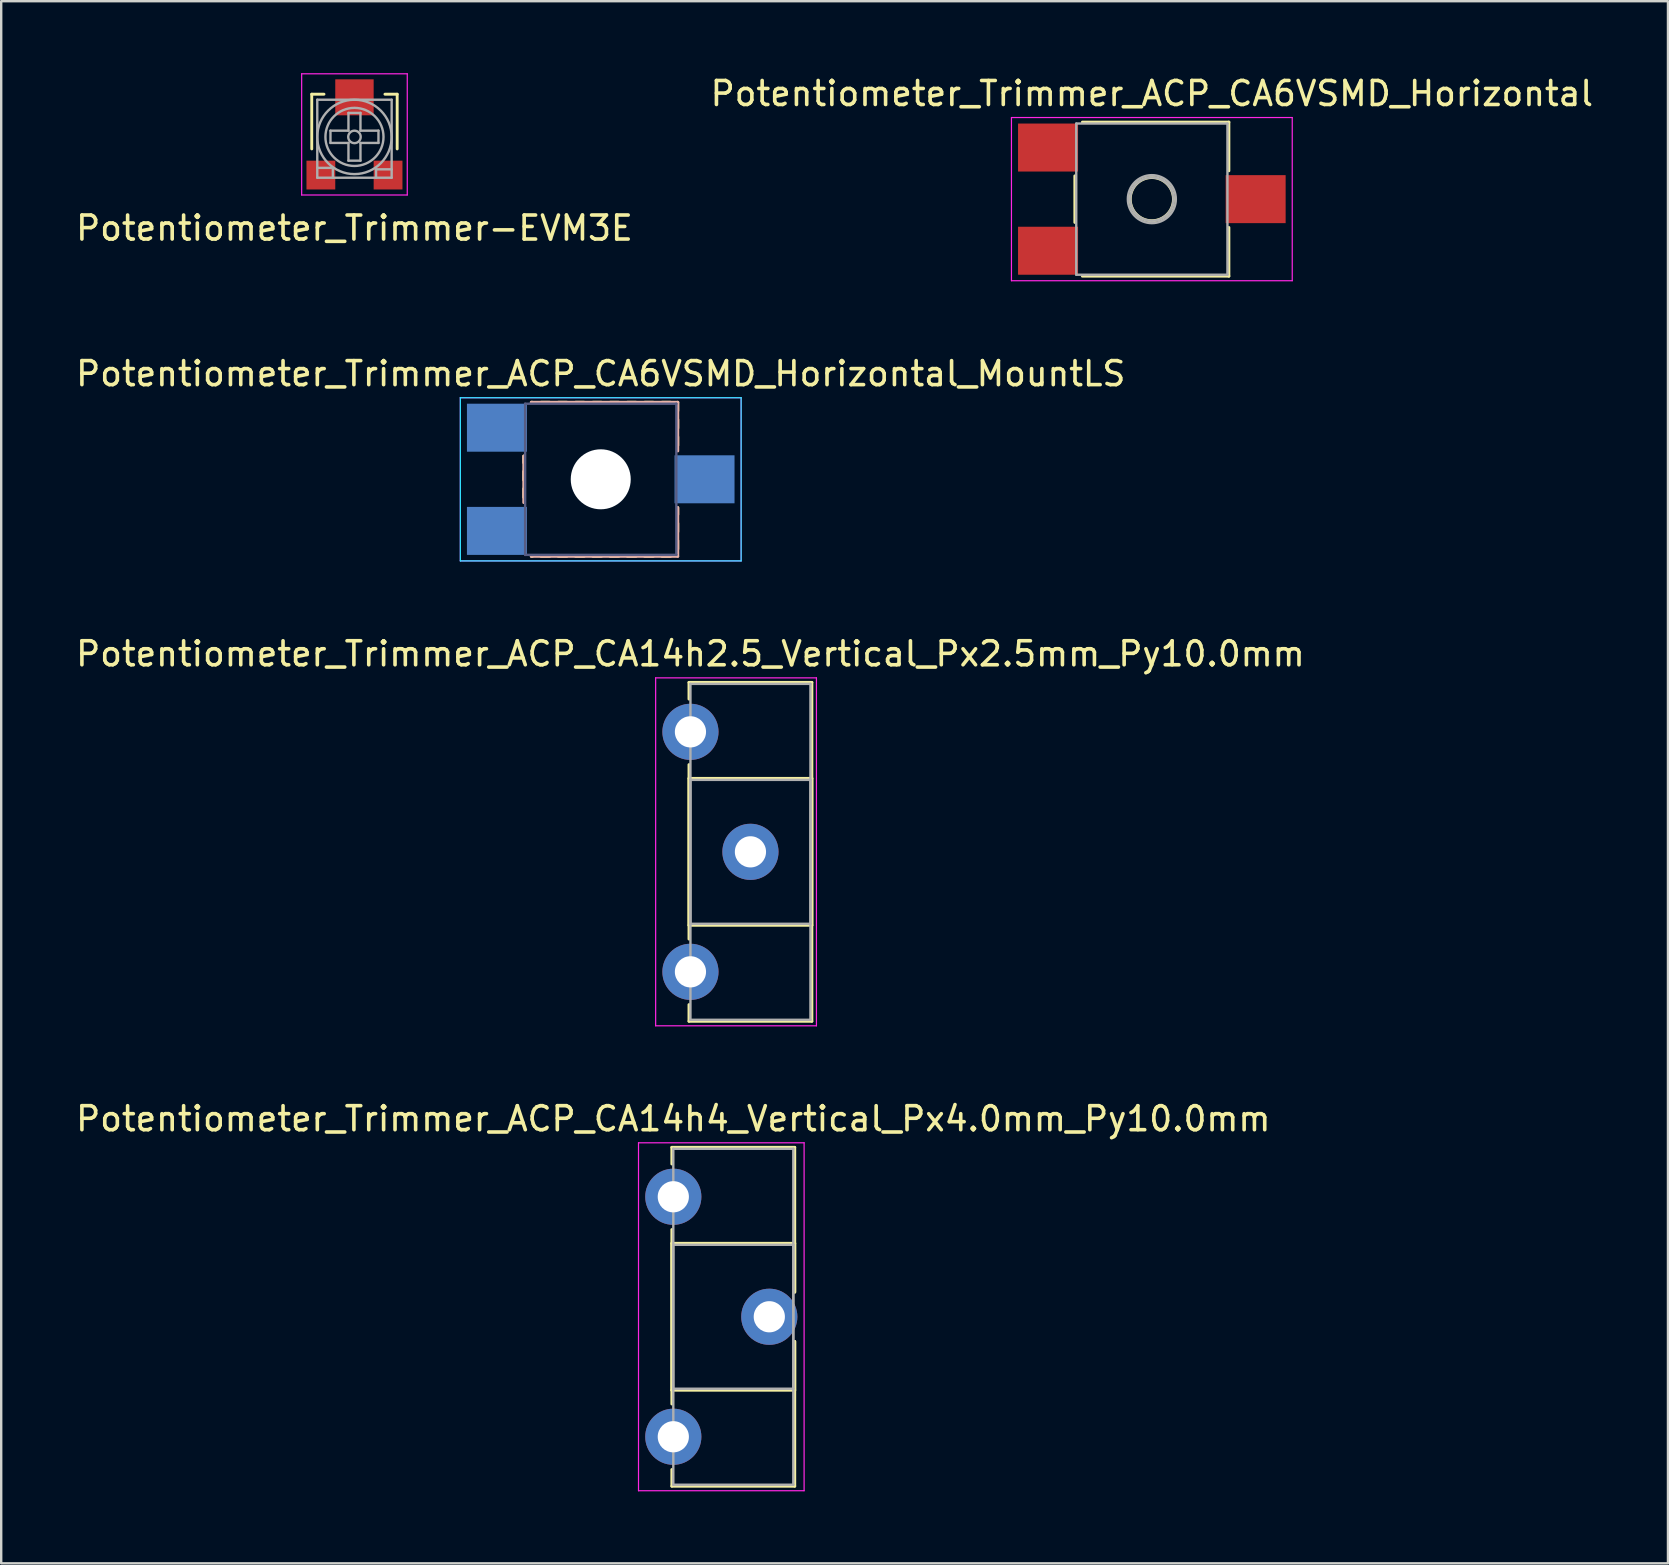
<source format=kicad_pcb>
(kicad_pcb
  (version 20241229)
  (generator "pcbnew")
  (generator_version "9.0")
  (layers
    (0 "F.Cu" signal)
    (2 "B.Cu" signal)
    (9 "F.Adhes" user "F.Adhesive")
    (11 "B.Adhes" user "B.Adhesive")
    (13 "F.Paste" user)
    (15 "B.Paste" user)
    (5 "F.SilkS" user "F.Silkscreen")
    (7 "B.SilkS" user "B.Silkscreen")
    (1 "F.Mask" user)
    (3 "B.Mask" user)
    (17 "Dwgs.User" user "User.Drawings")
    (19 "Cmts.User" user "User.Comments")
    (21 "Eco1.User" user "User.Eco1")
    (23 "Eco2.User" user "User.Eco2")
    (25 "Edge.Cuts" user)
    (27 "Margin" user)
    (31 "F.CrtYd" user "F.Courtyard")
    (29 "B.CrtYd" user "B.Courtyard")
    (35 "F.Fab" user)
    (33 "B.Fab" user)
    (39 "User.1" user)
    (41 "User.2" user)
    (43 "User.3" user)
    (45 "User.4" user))
  (footprint "Potentiometer_Trimmer_ACP_CA6VSMD_Horizontal_MountLS"
    (layer "F.Cu")
    (at 21.982 16.922)
    (property "Reference" "Potentiometer_Trimmer_ACP_CA6VSMD_Horizontal_MountLS" (at 0 -4.4 0) (layer "F.SilkS") (effects (font (size 1 1) (thickness 0.15))))
    (attr smd)
    (fp_line (start -3.209 -0.969) (end -3.209 -0.69) (stroke (width 0.12) (type solid)) (layer "F.SilkS"))
    (fp_line (start -3.209 -0.33) (end -3.209 0.03) (stroke (width 0.12) (type solid)) (layer "F.SilkS"))
    (fp_line (start -3.209 0.39) (end -3.209 0.75) (stroke (width 0.12) (type solid)) (layer "F.SilkS"))
    (fp_line (start -2.894 -3.21) (end -2.85 -3.21) (stroke (width 0.12) (type solid)) (layer "F.SilkS"))
    (fp_line (start -2.894 3.21) (end -2.85 3.21) (stroke (width 0.12) (type solid)) (layer "F.SilkS"))
    (fp_line (start -2.489 -3.21) (end -2.129 -3.21) (stroke (width 0.12) (type solid)) (layer "F.SilkS"))
    (fp_line (start -2.489 3.21) (end -2.129 3.21) (stroke (width 0.12) (type solid)) (layer "F.SilkS"))
    (fp_line (start -1.77 -3.21) (end -1.41 -3.21) (stroke (width 0.12) (type solid)) (layer "F.SilkS"))
    (fp_line (start -1.77 3.21) (end -1.41 3.21) (stroke (width 0.12) (type solid)) (layer "F.SilkS"))
    (fp_line (start -1.049 -3.21) (end -0.69 -3.21) (stroke (width 0.12) (type solid)) (layer "F.SilkS"))
    (fp_line (start -1.049 3.21) (end -0.69 3.21) (stroke (width 0.12) (type solid)) (layer "F.SilkS"))
    (fp_line (start -0.33 -3.21) (end 0.03 -3.21) (stroke (width 0.12) (type solid)) (layer "F.SilkS"))
    (fp_line (start -0.33 3.21) (end 0.03 3.21) (stroke (width 0.12) (type solid)) (layer "F.SilkS"))
    (fp_line (start 0.39 -3.21) (end 0.75 -3.21) (stroke (width 0.12) (type solid)) (layer "F.SilkS"))
    (fp_line (start 0.39 3.21) (end 0.75 3.21) (stroke (width 0.12) (type solid)) (layer "F.SilkS"))
    (fp_line (start 1.11 -3.21) (end 1.47 -3.21) (stroke (width 0.12) (type solid)) (layer "F.SilkS"))
    (fp_line (start 1.11 3.21) (end 1.47 3.21) (stroke (width 0.12) (type solid)) (layer "F.SilkS"))
    (fp_line (start 1.83 -3.21) (end 2.19 -3.21) (stroke (width 0.12) (type solid)) (layer "F.SilkS"))
    (fp_line (start 1.83 3.21) (end 2.19 3.21) (stroke (width 0.12) (type solid)) (layer "F.SilkS"))
    (fp_line (start 2.55 -3.21) (end 2.91 -3.21) (stroke (width 0.12) (type solid)) (layer "F.SilkS"))
    (fp_line (start 2.55 3.21) (end 2.91 3.21) (stroke (width 0.12) (type solid)) (layer "F.SilkS"))
    (fp_line (start 3.21 -3.21) (end 3.21 -2.85) (stroke (width 0.12) (type solid)) (layer "F.SilkS"))
    (fp_line (start 3.21 -2.491) (end 3.21 -2.13) (stroke (width 0.12) (type solid)) (layer "F.SilkS"))
    (fp_line (start 3.21 -1.77) (end 3.21 -1.41) (stroke (width 0.12) (type solid)) (layer "F.SilkS"))
    (fp_line (start 3.21 1.18) (end 3.21 1.47) (stroke (width 0.12) (type solid)) (layer "F.SilkS"))
    (fp_line (start 3.21 1.83) (end 3.21 2.19) (stroke (width 0.12) (type solid)) (layer "F.SilkS"))
    (fp_line (start 3.21 2.55) (end 3.21 2.91) (stroke (width 0.12) (type solid)) (layer "F.SilkS"))
    (fp_line (start -3.209 -0.969) (end -3.209 0.97) (stroke (width 0.12) (type solid)) (layer "B.SilkS"))
    (fp_line (start -2.894 -3.21) (end 3.21 -3.21) (stroke (width 0.12) (type solid)) (layer "B.SilkS"))
    (fp_line (start -2.894 3.21) (end 3.21 3.21) (stroke (width 0.12) (type solid)) (layer "B.SilkS"))
    (fp_line (start 3.21 -3.21) (end 3.21 -1.18) (stroke (width 0.12) (type solid)) (layer "B.SilkS"))
    (fp_line (start 3.21 1.18) (end 3.21 3.21) (stroke (width 0.12) (type solid)) (layer "B.SilkS"))
    (fp_line (start -5.85 -3.4) (end -5.85 3.4) (stroke (width 0.05) (type solid)) (layer "B.CrtYd"))
    (fp_line (start -5.85 3.4) (end 5.85 3.4) (stroke (width 0.05) (type solid)) (layer "B.CrtYd"))
    (fp_line (start 5.85 -3.4) (end -5.85 -3.4) (stroke (width 0.05) (type solid)) (layer "B.CrtYd"))
    (fp_line (start 5.85 3.4) (end 5.85 -3.4) (stroke (width 0.05) (type solid)) (layer "B.CrtYd"))
    (fp_line (start -5.85 -3.4) (end -5.85 3.4) (stroke (width 0.05) (type solid)) (layer "F.CrtYd"))
    (fp_line (start -5.85 3.4) (end 5.85 3.4) (stroke (width 0.05) (type solid)) (layer "F.CrtYd"))
    (fp_line (start 5.85 -3.4) (end -5.85 -3.4) (stroke (width 0.05) (type solid)) (layer "F.CrtYd"))
    (fp_line (start 5.85 3.4) (end 5.85 -3.4) (stroke (width 0.05) (type solid)) (layer "F.CrtYd"))
    (fp_line (start -3.15 -3.15) (end -3.15 3.15) (stroke (width 0.1) (type solid)) (layer "B.Fab"))
    (fp_line (start -3.15 3.15) (end 3.15 3.15) (stroke (width 0.1) (type solid)) (layer "B.Fab"))
    (fp_line (start 3.15 -3.15) (end -3.15 -3.15) (stroke (width 0.1) (type solid)) (layer "B.Fab"))
    (fp_line (start 3.15 3.15) (end 3.15 -3.15) (stroke (width 0.1) (type solid)) (layer "B.Fab"))
    (fp_circle (center 0 0) (end 0.9 0) (stroke (width 0.1) (type solid)) (fill no) (layer "B.Fab"))
    (fp_circle (center 0 0) (end 1 0) (stroke (width 0.1) (type solid)) (fill no) (layer "B.Fab"))
    (pad "" np_thru_hole circle (at 0 0) (size 2.5 2.5) (drill 2.5) (layers "*.Cu" "*.Mask"))
    (pad "1" smd rect (at -4.325 2.15) (size 2.5 2) (layers "B.Cu" "B.Mask"))
    (pad "2" smd rect (at 4.325 0) (size 2.5 2) (layers "B.Cu" "B.Mask"))
    (pad "3" smd rect (at -4.325 -2.15) (size 2.5 2) (layers "B.Cu" "B.Mask")))
  (footprint "Potentiometer_Trimmer_ACP_CA6VSMD_Horizontal"
    (layer "F.Cu")
    (at 44.946 5.248)
    (property "Reference" "Potentiometer_Trimmer_ACP_CA6VSMD_Horizontal" (at 0 -4.4 0) (layer "F.SilkS") (effects (font (size 1 1) (thickness 0.15))))
    (attr smd)
    (fp_line (start -3.209 -0.969) (end -3.209 0.97) (stroke (width 0.12) (type solid)) (layer "F.SilkS"))
    (fp_line (start -2.894 -3.21) (end 3.21 -3.21) (stroke (width 0.12) (type solid)) (layer "F.SilkS"))
    (fp_line (start -2.894 3.21) (end 3.21 3.21) (stroke (width 0.12) (type solid)) (layer "F.SilkS"))
    (fp_line (start 3.21 -3.21) (end 3.21 -1.18) (stroke (width 0.12) (type solid)) (layer "F.SilkS"))
    (fp_line (start 3.21 1.18) (end 3.21 3.21) (stroke (width 0.12) (type solid)) (layer "F.SilkS"))
    (fp_circle (center 0 0) (end 0.9 0) (stroke (width 0.12) (type solid)) (fill no) (layer "F.SilkS"))
    (fp_line (start -5.85 -3.4) (end -5.85 3.4) (stroke (width 0.05) (type solid)) (layer "F.CrtYd"))
    (fp_line (start -5.85 3.4) (end 5.85 3.4) (stroke (width 0.05) (type solid)) (layer "F.CrtYd"))
    (fp_line (start 5.85 -3.4) (end -5.85 -3.4) (stroke (width 0.05) (type solid)) (layer "F.CrtYd"))
    (fp_line (start 5.85 3.4) (end 5.85 -3.4) (stroke (width 0.05) (type solid)) (layer "F.CrtYd"))
    (fp_line (start -3.15 -3.15) (end -3.15 3.15) (stroke (width 0.1) (type solid)) (layer "F.Fab"))
    (fp_line (start -3.15 3.15) (end 3.15 3.15) (stroke (width 0.1) (type solid)) (layer "F.Fab"))
    (fp_line (start 3.15 -3.15) (end -3.15 -3.15) (stroke (width 0.1) (type solid)) (layer "F.Fab"))
    (fp_line (start 3.15 3.15) (end 3.15 -3.15) (stroke (width 0.1) (type solid)) (layer "F.Fab"))
    (fp_circle (center 0 0) (end 0.9 0) (stroke (width 0.1) (type solid)) (fill no) (layer "F.Fab"))
    (fp_circle (center 0 0) (end 1 0) (stroke (width 0.1) (type solid)) (fill no) (layer "F.Fab"))
    (pad "1" smd rect (at -4.325 2.15) (size 2.5 2) (layers "F.Cu" "F.Mask"))
    (pad "2" smd rect (at 4.325 0) (size 2.5 2) (layers "F.Cu" "F.Mask"))
    (pad "3" smd rect (at -4.325 -2.15) (size 2.5 2) (layers "F.Cu" "F.Mask")))
  (footprint "Potentiometer_Trimmer_ACP_CA14h2.5_Vertical_Px2.5mm_Py10.0mm"
    (layer "F.Cu")
    (at 25.72 27.445)
    (property "Reference" "Potentiometer_Trimmer_ACP_CA14h2.5_Vertical_Px2.5mm_Py10.0mm" (at 0 -3.25 0) (layer "F.SilkS") (effects (font (size 1 1) (thickness 0.15))))
    (attr through_hole)
    (fp_line (start -0.061 -2.06) (end -0.061 -1.365) (stroke (width 0.12) (type solid)) (layer "F.SilkS"))
    (fp_line (start -0.061 -2.06) (end 5.06 -2.06) (stroke (width 0.12) (type solid)) (layer "F.SilkS"))
    (fp_line (start -0.061 1.365) (end -0.061 8.635) (stroke (width 0.12) (type solid)) (layer "F.SilkS"))
    (fp_line (start -0.061 1.94) (end -0.061 8.06) (stroke (width 0.12) (type solid)) (layer "F.SilkS"))
    (fp_line (start -0.061 1.94) (end 5.06 1.94) (stroke (width 0.12) (type solid)) (layer "F.SilkS"))
    (fp_line (start -0.061 8.06) (end 5.06 8.06) (stroke (width 0.12) (type solid)) (layer "F.SilkS"))
    (fp_line (start -0.061 11.365) (end -0.061 12.06) (stroke (width 0.12) (type solid)) (layer "F.SilkS"))
    (fp_line (start -0.061 12.06) (end 5.06 12.06) (stroke (width 0.12) (type solid)) (layer "F.SilkS"))
    (fp_line (start 5.06 -2.06) (end 5.06 12.06) (stroke (width 0.12) (type solid)) (layer "F.SilkS"))
    (fp_line (start 5.06 1.94) (end 5.06 8.06) (stroke (width 0.12) (type solid)) (layer "F.SilkS"))
    (fp_line (start -1.45 -2.25) (end -1.45 12.25) (stroke (width 0.05) (type solid)) (layer "F.CrtYd"))
    (fp_line (start -1.45 12.25) (end 5.25 12.25) (stroke (width 0.05) (type solid)) (layer "F.CrtYd"))
    (fp_line (start 5.25 -2.25) (end -1.45 -2.25) (stroke (width 0.05) (type solid)) (layer "F.CrtYd"))
    (fp_line (start 5.25 12.25) (end 5.25 -2.25) (stroke (width 0.05) (type solid)) (layer "F.CrtYd"))
    (fp_line (start 0 -2) (end 5 -2) (stroke (width 0.1) (type solid)) (layer "F.Fab"))
    (fp_line (start 0 2) (end 0 8) (stroke (width 0.1) (type solid)) (layer "F.Fab"))
    (fp_line (start 0 8) (end 5 8) (stroke (width 0.1) (type solid)) (layer "F.Fab"))
    (fp_line (start 0 12) (end 0 -2) (stroke (width 0.1) (type solid)) (layer "F.Fab"))
    (fp_line (start 5 -2) (end 5 12) (stroke (width 0.1) (type solid)) (layer "F.Fab"))
    (fp_line (start 5 2) (end 0 2) (stroke (width 0.1) (type solid)) (layer "F.Fab"))
    (fp_line (start 5 8) (end 5 2) (stroke (width 0.1) (type solid)) (layer "F.Fab"))
    (fp_line (start 5 12) (end 0 12) (stroke (width 0.1) (type solid)) (layer "F.Fab"))
    (pad "1" thru_hole circle (at 0 0) (size 2.34 2.34) (drill 1.3) (layers "*.Cu" "*.Mask"))
    (pad "2" thru_hole circle (at 2.5 5) (size 2.34 2.34) (drill 1.3) (layers "*.Cu" "*.Mask"))
    (pad "3" thru_hole circle (at 0 10) (size 2.34 2.34) (drill 1.3) (layers "*.Cu" "*.Mask")))
  (footprint "Potentiometer_Trimmer_ACP_CA14h4_Vertical_Px4.0mm_Py10.0mm"
    (layer "F.Cu")
    (at 25.006 46.818)
    (property "Reference" "Potentiometer_Trimmer_ACP_CA14h4_Vertical_Px4.0mm_Py10.0mm" (at 0 -3.25 0) (layer "F.SilkS") (effects (font (size 1 1) (thickness 0.15))))
    (attr through_hole)
    (fp_line (start -0.061 -2.06) (end -0.061 -1.365) (stroke (width 0.12) (type solid)) (layer "F.SilkS"))
    (fp_line (start -0.061 -2.06) (end 5.06 -2.06) (stroke (width 0.12) (type solid)) (layer "F.SilkS"))
    (fp_line (start -0.061 1.365) (end -0.061 8.635) (stroke (width 0.12) (type solid)) (layer "F.SilkS"))
    (fp_line (start -0.061 1.94) (end -0.061 8.06) (stroke (width 0.12) (type solid)) (layer "F.SilkS"))
    (fp_line (start -0.061 1.94) (end 5.06 1.94) (stroke (width 0.12) (type solid)) (layer "F.SilkS"))
    (fp_line (start -0.061 8.06) (end 5.06 8.06) (stroke (width 0.12) (type solid)) (layer "F.SilkS"))
    (fp_line (start -0.061 11.365) (end -0.061 12.06) (stroke (width 0.12) (type solid)) (layer "F.SilkS"))
    (fp_line (start -0.061 12.06) (end 5.06 12.06) (stroke (width 0.12) (type solid)) (layer "F.SilkS"))
    (fp_line (start 5.06 -2.06) (end 5.06 3.973) (stroke (width 0.12) (type solid)) (layer "F.SilkS"))
    (fp_line (start 5.06 1.94) (end 5.06 3.973) (stroke (width 0.12) (type solid)) (layer "F.SilkS"))
    (fp_line (start 5.06 6.028) (end 5.06 8.06) (stroke (width 0.12) (type solid)) (layer "F.SilkS"))
    (fp_line (start 5.06 6.028) (end 5.06 12.06) (stroke (width 0.12) (type solid)) (layer "F.SilkS"))
    (fp_line (start -1.45 -2.25) (end -1.45 12.25) (stroke (width 0.05) (type solid)) (layer "F.CrtYd"))
    (fp_line (start -1.45 12.25) (end 5.45 12.25) (stroke (width 0.05) (type solid)) (layer "F.CrtYd"))
    (fp_line (start 5.45 -2.25) (end -1.45 -2.25) (stroke (width 0.05) (type solid)) (layer "F.CrtYd"))
    (fp_line (start 5.45 12.25) (end 5.45 -2.25) (stroke (width 0.05) (type solid)) (layer "F.CrtYd"))
    (fp_line (start 0 -2) (end 5 -2) (stroke (width 0.1) (type solid)) (layer "F.Fab"))
    (fp_line (start 0 2) (end 0 8) (stroke (width 0.1) (type solid)) (layer "F.Fab"))
    (fp_line (start 0 8) (end 5 8) (stroke (width 0.1) (type solid)) (layer "F.Fab"))
    (fp_line (start 0 12) (end 0 -2) (stroke (width 0.1) (type solid)) (layer "F.Fab"))
    (fp_line (start 5 -2) (end 5 12) (stroke (width 0.1) (type solid)) (layer "F.Fab"))
    (fp_line (start 5 2) (end 0 2) (stroke (width 0.1) (type solid)) (layer "F.Fab"))
    (fp_line (start 5 8) (end 5 2) (stroke (width 0.1) (type solid)) (layer "F.Fab"))
    (fp_line (start 5 12) (end 0 12) (stroke (width 0.1) (type solid)) (layer "F.Fab"))
    (pad "1" thru_hole circle (at 0 0) (size 2.34 2.34) (drill 1.3) (layers "*.Cu" "*.Mask"))
    (pad "2" thru_hole circle (at 4 5) (size 2.34 2.34) (drill 1.3) (layers "*.Cu" "*.Mask"))
    (pad "3" thru_hole circle (at 0 10) (size 2.34 2.34) (drill 1.3) (layers "*.Cu" "*.Mask")))
  (footprint "Potentiometer_Trimmer-EVM3E"
    (layer "F.Cu")
    (at 11.72 2.625)
    (property "Reference" "Potentiometer_Trimmer-EVM3E" (at 0 3.83 0) (layer "F.SilkS") (effects (font (size 1 1) (thickness 0.15))))
    (attr smd)
    (fp_line (start -1.78 -1.75) (end -1.27 -1.75) (stroke (width 0.12) (type solid)) (layer "F.SilkS"))
    (fp_line (start -1.78 0.53) (end -1.78 -1.75) (stroke (width 0.12) (type solid)) (layer "F.SilkS"))
    (fp_line (start 1.27 -1.75) (end 1.78 -1.75) (stroke (width 0.12) (type solid)) (layer "F.SilkS"))
    (fp_line (start 1.78 -1.75) (end 1.78 0.53) (stroke (width 0.12) (type solid)) (layer "F.SilkS"))
    (fp_line (start -2.2 -2.6) (end 2.2 -2.6) (stroke (width 0.05) (type solid)) (layer "F.CrtYd"))
    (fp_line (start -2.2 2.45) (end -2.2 -2.6) (stroke (width 0.05) (type solid)) (layer "F.CrtYd"))
    (fp_line (start 2.2 -2.6) (end 2.2 2.45) (stroke (width 0.05) (type solid)) (layer "F.CrtYd"))
    (fp_line (start 2.2 2.45) (end -2.2 2.45) (stroke (width 0.05) (type solid)) (layer "F.CrtYd"))
    (fp_line (start -1.55 -1.52) (end 1.55 -1.52) (stroke (width 0.1) (type solid)) (layer "F.Fab"))
    (fp_line (start -1.55 1.32) (end -0.9 1.32) (stroke (width 0.1) (type solid)) (layer "F.Fab"))
    (fp_line (start -1.55 1.73) (end -1.55 -1.52) (stroke (width 0.1) (type solid)) (layer "F.Fab"))
    (fp_line (start -1 -0.23) (end -0.25 -0.23) (stroke (width 0.1) (type solid)) (layer "F.Fab"))
    (fp_line (start -1 0.28) (end -1 -0.23) (stroke (width 0.1) (type solid)) (layer "F.Fab"))
    (fp_line (start -0.9 1.32) (end -0.9 1.73) (stroke (width 0.1) (type solid)) (layer "F.Fab"))
    (fp_line (start -0.25 -0.97) (end 0.25 -0.97) (stroke (width 0.1) (type solid)) (layer "F.Fab"))
    (fp_line (start -0.25 -0.23) (end -0.25 -0.97) (stroke (width 0.1) (type solid)) (layer "F.Fab"))
    (fp_line (start -0.25 0.28) (end -1 0.28) (stroke (width 0.1) (type solid)) (layer "F.Fab"))
    (fp_line (start -0.25 1.02) (end -0.25 0.28) (stroke (width 0.1) (type solid)) (layer "F.Fab"))
    (fp_line (start 0.25 -0.97) (end 0.25 -0.23) (stroke (width 0.1) (type solid)) (layer "F.Fab"))
    (fp_line (start 0.25 -0.23) (end 1 -0.23) (stroke (width 0.1) (type solid)) (layer "F.Fab"))
    (fp_line (start 0.25 0.28) (end 0.25 1.02) (stroke (width 0.1) (type solid)) (layer "F.Fab"))
    (fp_line (start 0.25 1.02) (end -0.25 1.02) (stroke (width 0.1) (type solid)) (layer "F.Fab"))
    (fp_line (start 0.9 1.38) (end 0.9 1.73) (stroke (width 0.1) (type solid)) (layer "F.Fab"))
    (fp_line (start 1 -0.23) (end 1 0.28) (stroke (width 0.1) (type solid)) (layer "F.Fab"))
    (fp_line (start 1 0.28) (end 0.25 0.28) (stroke (width 0.1) (type solid)) (layer "F.Fab"))
    (fp_line (start 1.55 -1.52) (end 1.55 1.73) (stroke (width 0.1) (type solid)) (layer "F.Fab"))
    (fp_line (start 1.55 1.38) (end 0.9 1.38) (stroke (width 0.1) (type solid)) (layer "F.Fab"))
    (fp_line (start 1.55 1.73) (end -1.55 1.73) (stroke (width 0.1) (type solid)) (layer "F.Fab"))
    (fp_circle (center 0 0.03) (end 0 -1.52) (stroke (width 0.1) (type solid)) (fill no) (layer "F.Fab"))
    (fp_circle (center 0 0.03) (end 0 -1.18) (stroke (width 0.1) (type solid)) (fill no) (layer "F.Fab"))
    (fp_circle (center 0 0.03) (end 0 -0.23) (stroke (width 0.1) (type solid)) (fill no) (layer "F.Fab"))
    (pad "1" smd rect (at -1.4 1.62) (size 1.2 1.2) (layers "F.Cu" "F.Mask" "F.Paste"))
    (pad "2" smd rect (at 0 -1.62) (size 1.6 1.5) (layers "F.Cu" "F.Mask" "F.Paste"))
    (pad "3" smd rect (at 1.4 1.62) (size 1.2 1.2) (layers "F.Cu" "F.Mask" "F.Paste")))
  (gr_rect
    (start -3 -3)
    (end 66.452 62.093)
    (stroke (width 0.1) (type default))
    (fill no)
    (layer "Edge.Cuts")))
</source>
